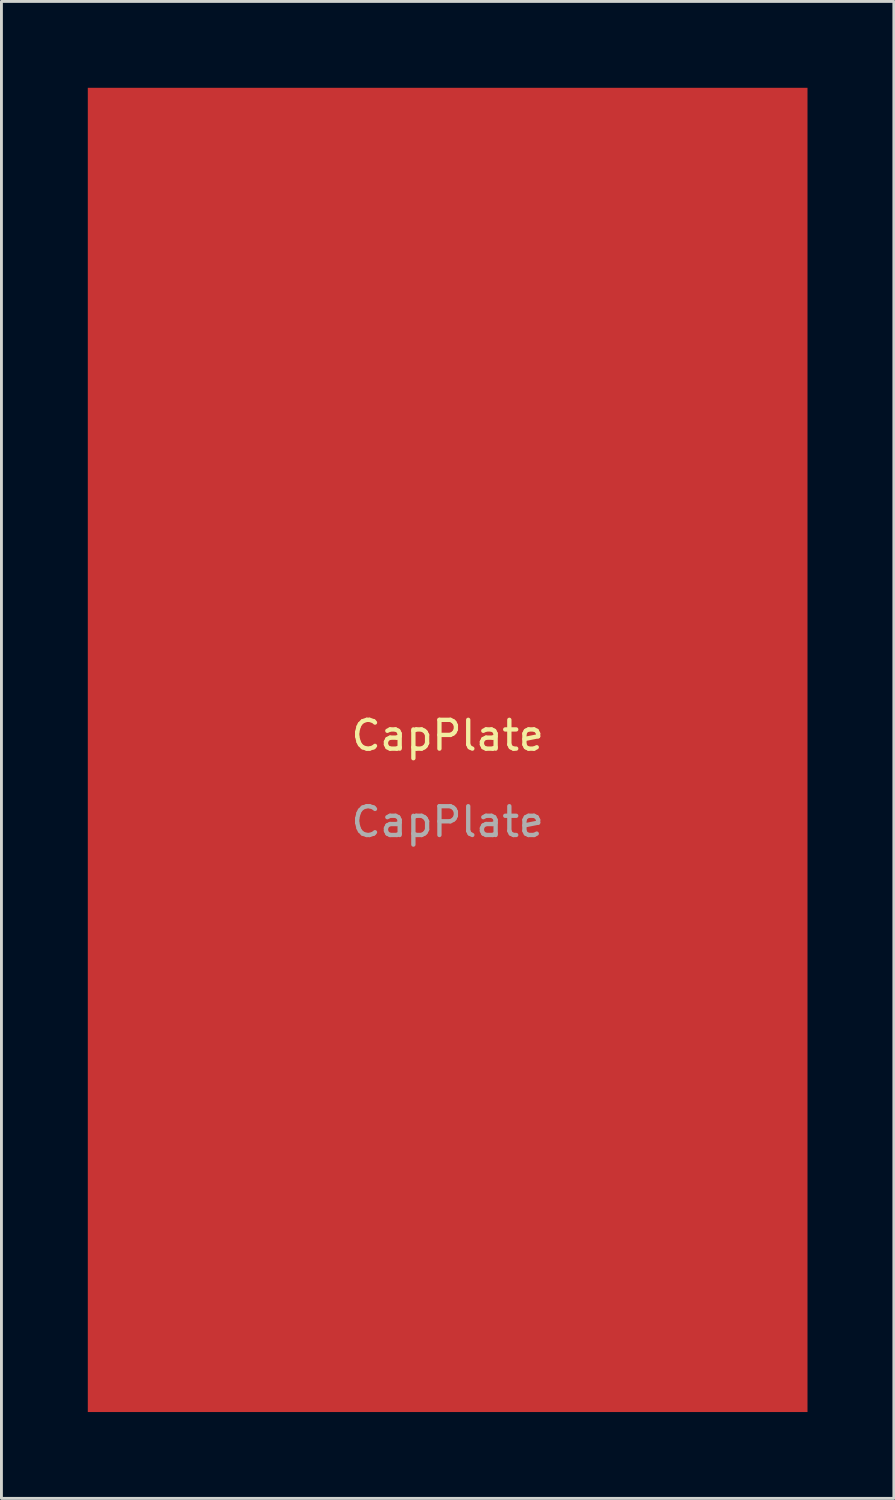
<source format=kicad_pcb>
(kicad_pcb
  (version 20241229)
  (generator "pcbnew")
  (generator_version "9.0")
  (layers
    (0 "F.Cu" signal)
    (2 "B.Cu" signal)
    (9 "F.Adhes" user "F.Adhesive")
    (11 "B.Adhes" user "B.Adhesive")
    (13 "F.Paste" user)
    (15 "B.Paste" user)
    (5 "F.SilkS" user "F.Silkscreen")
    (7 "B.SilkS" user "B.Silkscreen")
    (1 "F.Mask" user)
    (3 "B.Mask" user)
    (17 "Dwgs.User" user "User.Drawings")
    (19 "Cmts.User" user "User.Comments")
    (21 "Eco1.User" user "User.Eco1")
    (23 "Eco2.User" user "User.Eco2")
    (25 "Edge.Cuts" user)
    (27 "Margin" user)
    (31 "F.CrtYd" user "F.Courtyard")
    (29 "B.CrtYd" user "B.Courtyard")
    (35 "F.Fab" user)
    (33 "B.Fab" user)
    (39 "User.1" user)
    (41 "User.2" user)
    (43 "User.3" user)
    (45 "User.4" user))
  (footprint "CapPlate"
    (layer "F.Cu")
    (at 12.5 23)
    (property "Reference" "CapPlate" (at 0 -0.5 0) (unlocked yes) (layer "F.SilkS") (effects (font (size 1 1) (thickness 0.15))))
    (attr through_hole)
    (fp_text user "${REFERENCE}" (at 0 2.5 0) (unlocked yes) (layer "F.Fab") (effects (font (size 1 1) (thickness 0.15))))
    (pad "1" smd rect (at 0 0) (size 25 46) (layers "F.Cu")))
  (gr_rect
    (start -3 -3)
    (end 28 49)
    (stroke (width 0.1) (type default))
    (fill no)
    (layer "Edge.Cuts")))
</source>
